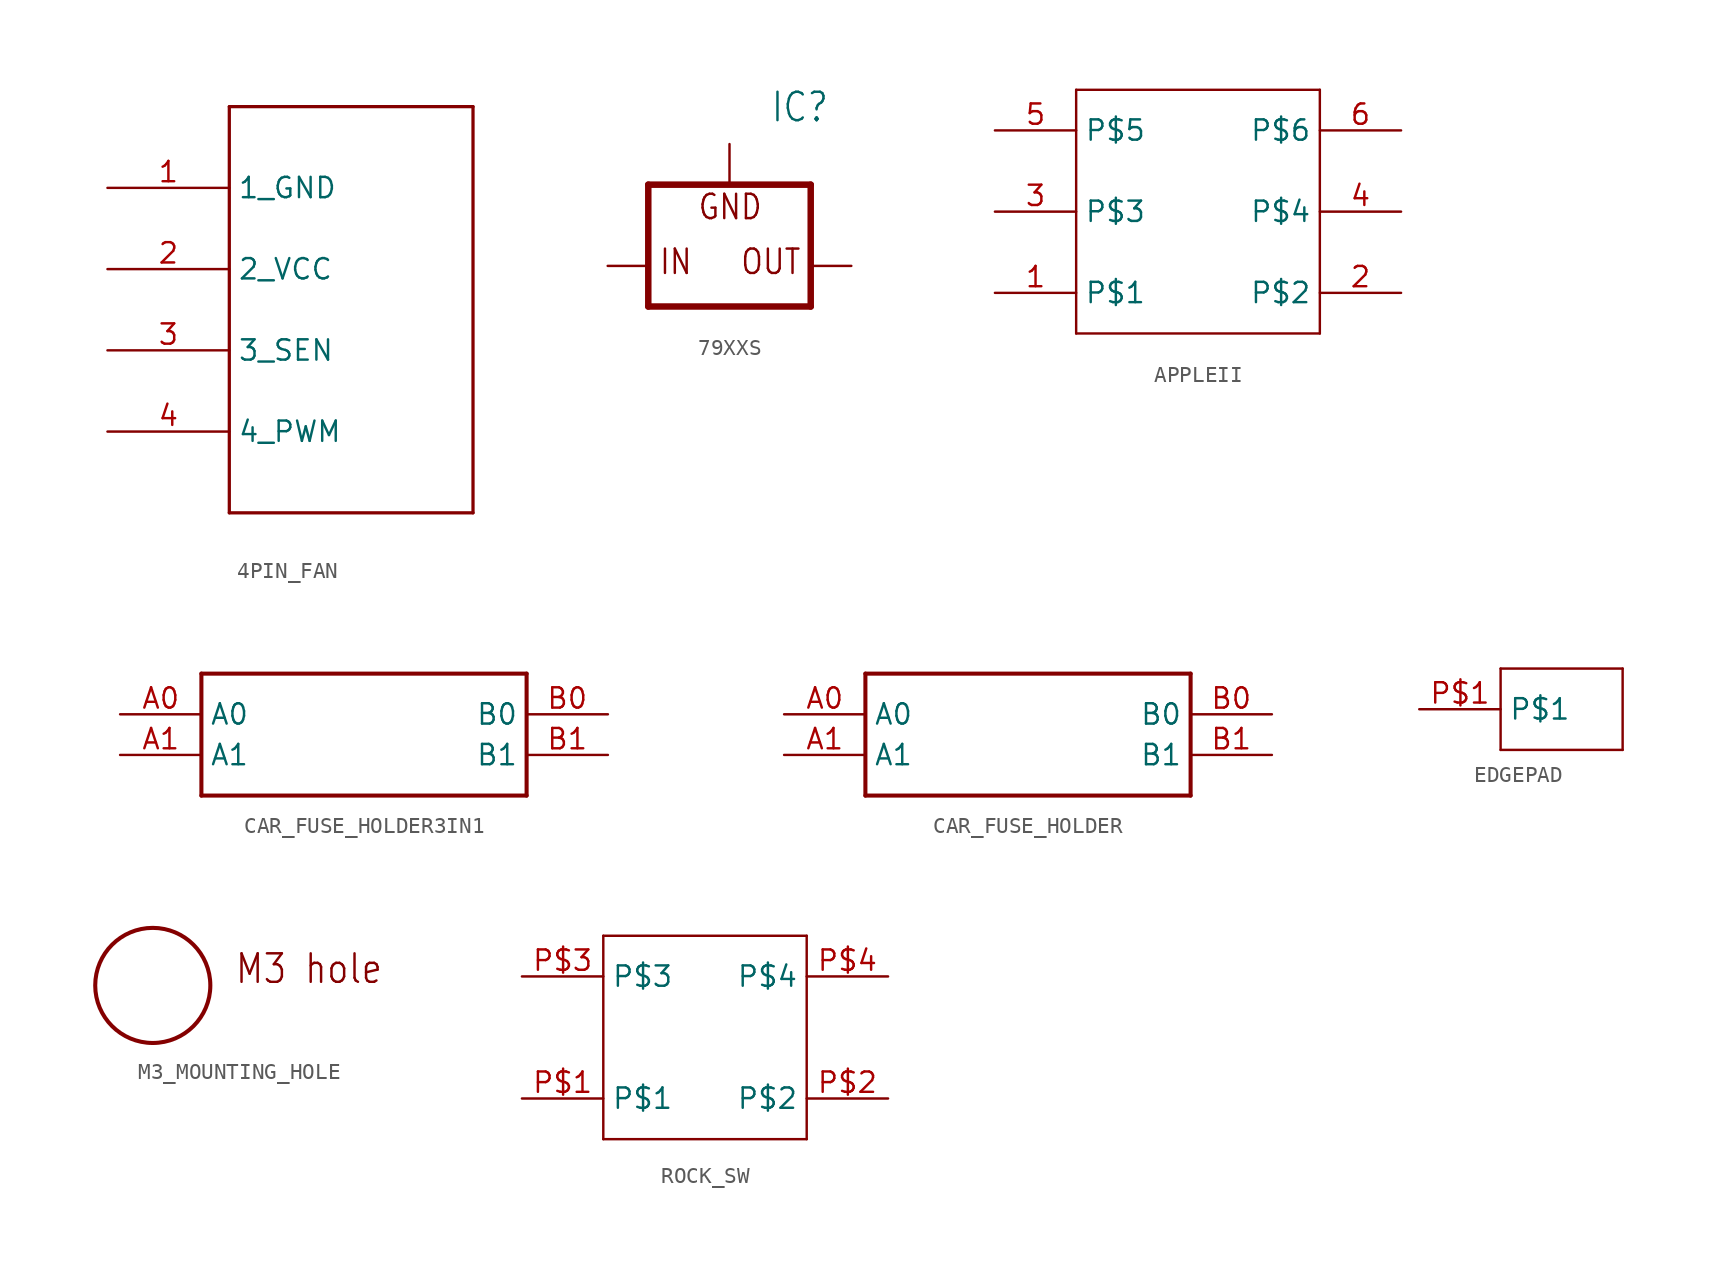
<source format=kicad_sym>
(kicad_symbol_lib
  (version 20220914)
  (generator kicad_symbol_editor)
  (symbol "4PIN_FAN"
    (property "Reference" "JP"
      (at 0 0 0)
      (effects (font (size 1.27 1.27)) hide))
    (property "ki_locked" ""
      (at 0 0 0)
      (effects (font (size 1.27 1.27))))
    (symbol "4PIN_FAN_1_0"
      (polyline (pts (xy -5.08 -12.7) (xy 10.16 -12.7)) (stroke (width 0.203) (type solid)) (fill (type none)))
      (polyline (pts (xy -5.08 12.7) (xy -5.08 -12.7)) (stroke (width 0.203) (type solid)) (fill (type none)))
      (polyline (pts (xy 10.16 -12.7) (xy 10.16 12.7)) (stroke (width 0.203) (type solid)) (fill (type none)))
      (polyline (pts (xy 10.16 12.7) (xy -5.08 12.7)) (stroke (width 0.203) (type solid)) (fill (type none)))
      (pin passive line (at -12.7 7.62 0) (length 7.62) (name "1_GND" (effects (font (size 1.27 1.27)))) (number "1" (effects (font (size 1.27 1.27)))))
      (pin passive line (at -12.7 2.54 0) (length 7.62) (name "2_VCC" (effects (font (size 1.27 1.27)))) (number "2" (effects (font (size 1.27 1.27)))))
      (pin passive line (at -12.7 -2.54 0) (length 7.62) (name "3_SEN" (effects (font (size 1.27 1.27)))) (number "3" (effects (font (size 1.27 1.27)))))
      (pin passive line (at -12.7 -7.62 0) (length 7.62) (name "4_PWM" (effects (font (size 1.27 1.27)))) (number "4" (effects (font (size 1.27 1.27)))))))
  (symbol "79XXS"
    (property "Reference" "IC"
      (at 2.54 8.89 0)
      (effects (font (size 1.778 1.511)) (justify left bottom)))
    (property "Value" ""
      (at 2.54 6.35 0)
      (effects (font (size 1.778 1.511)) (justify left bottom)))
    (property "ki_locked" ""
      (at 0 0 0)
      (effects (font (size 1.27 1.27))))
    (symbol "79XXS_1_0"
      (polyline (pts (xy -5.08 -2.54) (xy 5.08 -2.54)) (stroke (width 0.406) (type solid)) (fill (type none)))
      (polyline (pts (xy -5.08 5.08) (xy -5.08 -2.54)) (stroke (width 0.406) (type solid)) (fill (type none)))
      (polyline (pts (xy 5.08 -2.54) (xy 5.08 5.08)) (stroke (width 0.406) (type solid)) (fill (type none)))
      (polyline (pts (xy 5.08 5.08) (xy -5.08 5.08)) (stroke (width 0.406) (type solid)) (fill (type none)))
      (text "GND" (at -2.032 2.794 0) (effects (font (size 1.524 1.295)) (justify left bottom)))
      (text "IN" (at -4.445 -0.635 0) (effects (font (size 1.524 1.295)) (justify left bottom)))
      (text "OUT" (at 0.635 -0.635 0) (effects (font (size 1.524 1.295)) (justify left bottom)))
      (pin input line (at 0 7.62 270) (length 2.54) (name "GND" (effects (font (size 0 0)))) (number "GND" (effects (font (size 0 0)))))
      (pin input line (at -7.62 0 0) (length 2.54) (name "IN" (effects (font (size 0 0)))) (number "IN" (effects (font (size 0 0)))))
      (pin passive line (at 7.62 0 180) (length 2.54) (name "OUT" (effects (font (size 0 0)))) (number "OUT" (effects (font (size 0 0)))))))
  (symbol "APPLEII"
    (property "Reference" ""
      (at 0 0 0)
      (effects (font (size 1.27 1.27)) hide))
    (property "ki_locked" ""
      (at 0 0 0)
      (effects (font (size 1.27 1.27))))
    (symbol "APPLEII_1_0"
      (polyline (pts (xy -7.62 -7.62) (xy -7.62 7.62)) (stroke (width 0.152) (type solid)) (fill (type none)))
      (polyline (pts (xy -7.62 7.62) (xy 7.62 7.62)) (stroke (width 0.152) (type solid)) (fill (type none)))
      (polyline (pts (xy 7.62 -7.62) (xy -7.62 -7.62)) (stroke (width 0.152) (type solid)) (fill (type none)))
      (polyline (pts (xy 7.62 7.62) (xy 7.62 -7.62)) (stroke (width 0.152) (type solid)) (fill (type none)))
      (pin bidirectional line (at -12.7 -5.08 0) (length 5.08) (name "P$1" (effects (font (size 1.27 1.27)))) (number "1" (effects (font (size 1.27 1.27)))))
      (pin bidirectional line (at 12.7 -5.08 180) (length 5.08) (name "P$2" (effects (font (size 1.27 1.27)))) (number "2" (effects (font (size 1.27 1.27)))))
      (pin bidirectional line (at -12.7 0 0) (length 5.08) (name "P$3" (effects (font (size 1.27 1.27)))) (number "3" (effects (font (size 1.27 1.27)))))
      (pin bidirectional line (at 12.7 0 180) (length 5.08) (name "P$4" (effects (font (size 1.27 1.27)))) (number "4" (effects (font (size 1.27 1.27)))))
      (pin bidirectional line (at -12.7 5.08 0) (length 5.08) (name "P$5" (effects (font (size 1.27 1.27)))) (number "5" (effects (font (size 1.27 1.27)))))
      (pin bidirectional line (at 12.7 5.08 180) (length 5.08) (name "P$6" (effects (font (size 1.27 1.27)))) (number "6" (effects (font (size 1.27 1.27)))))))
  (symbol "CAR_FUSE_HOLDER3IN1"
    (property "Reference" ""
      (at 0 0 0)
      (effects (font (size 1.27 1.27)) hide))
    (property "ki_locked" ""
      (at 0 0 0)
      (effects (font (size 1.27 1.27))))
    (symbol "CAR_FUSE_HOLDER3IN1_1_0"
      (polyline (pts (xy -9.906 -3.81) (xy -9.906 3.81)) (stroke (width 0.254) (type solid)) (fill (type none)))
      (polyline (pts (xy -9.906 3.81) (xy 10.414 3.81)) (stroke (width 0.254) (type solid)) (fill (type none)))
      (polyline (pts (xy 10.414 -3.81) (xy -9.906 -3.81)) (stroke (width 0.254) (type solid)) (fill (type none)))
      (polyline (pts (xy 10.414 3.81) (xy 10.414 -3.81)) (stroke (width 0.254) (type solid)) (fill (type none)))
      (pin bidirectional line (at -14.986 1.27 0) (length 5.08) (name "A0" (effects (font (size 1.27 1.27)))) (number "A0" (effects (font (size 1.27 1.27)))))
      (pin bidirectional line (at -14.986 -1.27 0) (length 5.08) (name "A1" (effects (font (size 1.27 1.27)))) (number "A1" (effects (font (size 1.27 1.27)))))
      (pin bidirectional line (at 15.494 1.27 180) (length 5.08) (name "B0" (effects (font (size 1.27 1.27)))) (number "B0" (effects (font (size 1.27 1.27)))))
      (pin bidirectional line (at 15.494 -1.27 180) (length 5.08) (name "B1" (effects (font (size 1.27 1.27)))) (number "B1" (effects (font (size 1.27 1.27)))))))
  (symbol "CAR_FUSE_HOLDER"
    (property "Reference" ""
      (at 0 0 0)
      (effects (font (size 1.27 1.27)) hide))
    (property "ki_locked" ""
      (at 0 0 0)
      (effects (font (size 1.27 1.27))))
    (symbol "CAR_FUSE_HOLDER_1_0"
      (polyline (pts (xy -9.906 -3.81) (xy -9.906 3.81)) (stroke (width 0.254) (type solid)) (fill (type none)))
      (polyline (pts (xy -9.906 3.81) (xy 10.414 3.81)) (stroke (width 0.254) (type solid)) (fill (type none)))
      (polyline (pts (xy 10.414 -3.81) (xy -9.906 -3.81)) (stroke (width 0.254) (type solid)) (fill (type none)))
      (polyline (pts (xy 10.414 3.81) (xy 10.414 -3.81)) (stroke (width 0.254) (type solid)) (fill (type none)))
      (pin bidirectional line (at -14.986 1.27 0) (length 5.08) (name "A0" (effects (font (size 1.27 1.27)))) (number "A0" (effects (font (size 1.27 1.27)))))
      (pin bidirectional line (at -14.986 -1.27 0) (length 5.08) (name "A1" (effects (font (size 1.27 1.27)))) (number "A1" (effects (font (size 1.27 1.27)))))
      (pin bidirectional line (at 15.494 1.27 180) (length 5.08) (name "B0" (effects (font (size 1.27 1.27)))) (number "B0" (effects (font (size 1.27 1.27)))))
      (pin bidirectional line (at 15.494 -1.27 180) (length 5.08) (name "B1" (effects (font (size 1.27 1.27)))) (number "B1" (effects (font (size 1.27 1.27)))))))
  (symbol "EDGEPAD"
    (property "Reference" ""
      (at 0 0 0)
      (effects (font (size 1.27 1.27)) hide))
    (property "ki_locked" ""
      (at 0 0 0)
      (effects (font (size 1.27 1.27))))
    (symbol "EDGEPAD_1_0"
      (polyline (pts (xy 0 -2.54) (xy 7.62 -2.54)) (stroke (width 0.152) (type solid)) (fill (type none)))
      (polyline (pts (xy 0 2.54) (xy 0 -2.54)) (stroke (width 0.152) (type solid)) (fill (type none)))
      (polyline (pts (xy 7.62 -2.54) (xy 7.62 2.54)) (stroke (width 0.152) (type solid)) (fill (type none)))
      (polyline (pts (xy 7.62 2.54) (xy 0 2.54)) (stroke (width 0.152) (type solid)) (fill (type none)))
      (pin bidirectional line (at -5.08 0 0) (length 5.08) (name "P$1" (effects (font (size 1.27 1.27)))) (number "P$1" (effects (font (size 1.27 1.27)))))))
  (symbol "M3_MOUNTING_HOLE"
    (property "Reference" ""
      (at 0 0 0)
      (effects (font (size 1.27 1.27)) hide))
    (property "ki_locked" ""
      (at 0 0 0)
      (effects (font (size 1.27 1.27))))
    (symbol "M3_MOUNTING_HOLE_1_0"
      (circle (center 0 0) (radius 3.592) (stroke (width 0.254) (type solid)) (fill (type none)))
      (text "M3 hole" (at 5.08 0 0) (effects (font (size 1.778 1.511)) (justify left bottom)))))
  (symbol "ROCK_SW"
    (property "Reference" ""
      (at 0 0 0)
      (effects (font (size 1.27 1.27)) hide))
    (property "ki_locked" ""
      (at 0 0 0)
      (effects (font (size 1.27 1.27))))
    (symbol "ROCK_SW_1_0"
      (polyline (pts (xy -5.08 -5.08) (xy 7.62 -5.08)) (stroke (width 0.152) (type solid)) (fill (type none)))
      (polyline (pts (xy -5.08 7.62) (xy -5.08 -5.08)) (stroke (width 0.152) (type solid)) (fill (type none)))
      (polyline (pts (xy 7.62 -5.08) (xy 7.62 7.62)) (stroke (width 0.152) (type solid)) (fill (type none)))
      (polyline (pts (xy 7.62 7.62) (xy -5.08 7.62)) (stroke (width 0.152) (type solid)) (fill (type none)))
      (pin bidirectional line (at -10.16 -2.54 0) (length 5.08) (name "P$1" (effects (font (size 1.27 1.27)))) (number "P$1" (effects (font (size 1.27 1.27)))))
      (pin bidirectional line (at 12.7 -2.54 180) (length 5.08) (name "P$2" (effects (font (size 1.27 1.27)))) (number "P$2" (effects (font (size 1.27 1.27)))))
      (pin bidirectional line (at -10.16 5.08 0) (length 5.08) (name "P$3" (effects (font (size 1.27 1.27)))) (number "P$3" (effects (font (size 1.27 1.27)))))
      (pin bidirectional line (at 12.7 5.08 180) (length 5.08) (name "P$4" (effects (font (size 1.27 1.27)))) (number "P$4" (effects (font (size 1.27 1.27))))))))
</source>
